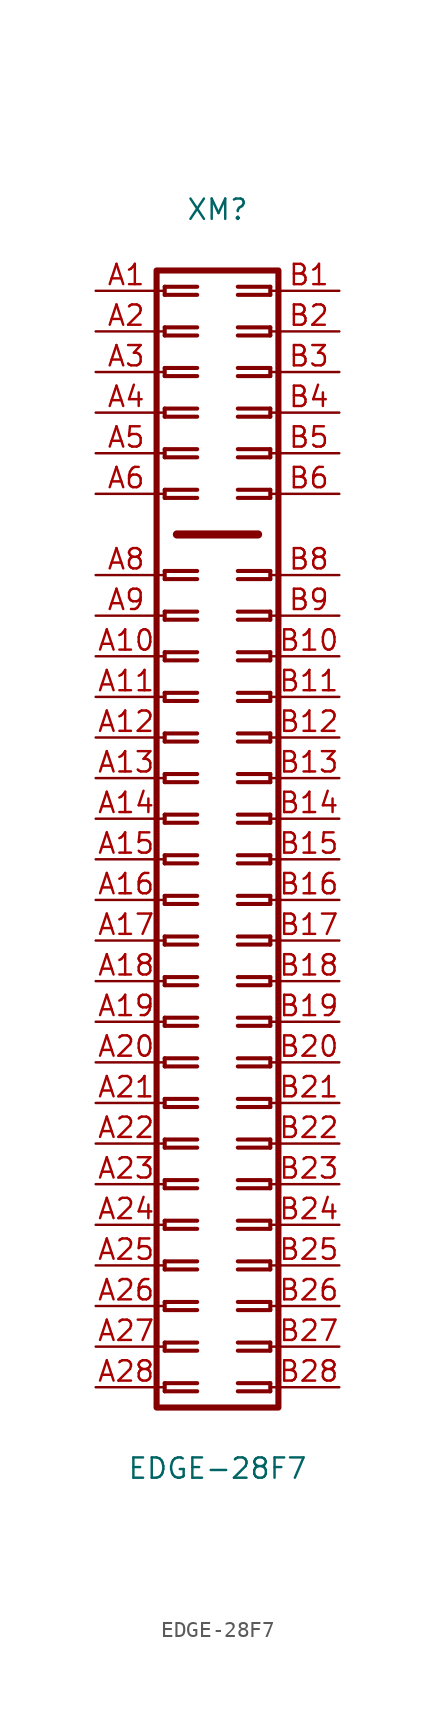
<source format=kicad_sym>
(kicad_symbol_lib
  (version 20231120)
  (generator "kicad_symbol_editor")
  (generator_version "8.0")
  (symbol "EDGE-28F7"
    (pin_names
      (offset 1.016))
    (property "Reference" "XM"
      (at 0 39.37 0)
      (effects (font (size 1.27 1.27))))
    (property "Value" "EDGE-28F7"
      (at 0 -39.37 0)
      (effects (font (size 1.27 1.27))))
    (symbol "EDGE-28F7_0_0"
      (polyline (pts (xy -2.54 19.05) (xy 2.54 19.05)) (stroke (width 0.508) (type default)) (fill (type none))))
    (symbol "EDGE-28F7_0_1"
      (rectangle (start -3.81 35.56) (end 3.81 -35.56) (stroke (width 0.381) (type default)) (fill (type none)))
      (polyline (pts (xy -3.81 -34.29) (xy -3.302 -34.29)) (stroke (width 0) (type default)) (fill (type none)))
      (polyline (pts (xy -3.81 -31.75) (xy -3.302 -31.75)) (stroke (width 0) (type default)) (fill (type none)))
      (polyline (pts (xy -3.81 -29.21) (xy -3.302 -29.21)) (stroke (width 0) (type default)) (fill (type none)))
      (polyline (pts (xy -3.81 -26.67) (xy -3.302 -26.67)) (stroke (width 0) (type default)) (fill (type none)))
      (polyline (pts (xy -3.81 -24.13) (xy -3.302 -24.13)) (stroke (width 0) (type default)) (fill (type none)))
      (polyline (pts (xy -3.81 -21.59) (xy -3.302 -21.59)) (stroke (width 0) (type default)) (fill (type none)))
      (polyline (pts (xy -3.81 -19.05) (xy -3.302 -19.05)) (stroke (width 0) (type default)) (fill (type none)))
      (polyline (pts (xy -3.81 -16.51) (xy -3.302 -16.51)) (stroke (width 0) (type default)) (fill (type none)))
      (polyline (pts (xy -3.81 -13.97) (xy -3.302 -13.97)) (stroke (width 0) (type default)) (fill (type none)))
      (polyline (pts (xy -3.81 -11.43) (xy -3.302 -11.43)) (stroke (width 0) (type default)) (fill (type none)))
      (polyline (pts (xy -3.81 -8.89) (xy -3.302 -8.89)) (stroke (width 0) (type default)) (fill (type none)))
      (polyline (pts (xy -3.81 -6.35) (xy -3.302 -6.35)) (stroke (width 0) (type default)) (fill (type none)))
      (polyline (pts (xy -3.81 -3.81) (xy -3.302 -3.81)) (stroke (width 0) (type default)) (fill (type none)))
      (polyline (pts (xy -3.81 -1.27) (xy -3.302 -1.27)) (stroke (width 0) (type default)) (fill (type none)))
      (polyline (pts (xy -3.81 1.27) (xy -3.302 1.27)) (stroke (width 0) (type default)) (fill (type none)))
      (polyline (pts (xy -3.81 3.81) (xy -3.302 3.81)) (stroke (width 0) (type default)) (fill (type none)))
      (polyline (pts (xy -3.81 6.35) (xy -3.302 6.35)) (stroke (width 0) (type default)) (fill (type none)))
      (polyline (pts (xy -3.81 8.89) (xy -3.302 8.89)) (stroke (width 0) (type default)) (fill (type none)))
      (polyline (pts (xy -3.81 11.43) (xy -3.302 11.43)) (stroke (width 0) (type default)) (fill (type none)))
      (polyline (pts (xy -3.81 13.97) (xy -3.302 13.97)) (stroke (width 0) (type default)) (fill (type none)))
      (polyline (pts (xy -3.81 16.51) (xy -3.302 16.51)) (stroke (width 0) (type default)) (fill (type none)))
      (polyline (pts (xy -3.81 21.59) (xy -3.302 21.59)) (stroke (width 0) (type default)) (fill (type none)))
      (polyline (pts (xy -3.81 24.13) (xy -3.302 24.13)) (stroke (width 0) (type default)) (fill (type none)))
      (polyline (pts (xy -3.81 26.67) (xy -3.302 26.67)) (stroke (width 0) (type default)) (fill (type none)))
      (polyline (pts (xy -3.81 29.21) (xy -3.302 29.21)) (stroke (width 0) (type default)) (fill (type none)))
      (polyline (pts (xy -3.81 31.75) (xy -3.302 31.75)) (stroke (width 0) (type default)) (fill (type none)))
      (polyline (pts (xy -3.81 34.29) (xy -3.302 34.29)) (stroke (width 0) (type default)) (fill (type none)))
      (polyline (pts (xy -3.302 -34.544) (xy -3.302 -34.036)) (stroke (width 0.254) (type default)) (fill (type none)))
      (polyline (pts (xy -3.302 -34.544) (xy -1.27 -34.544)) (stroke (width 0.254) (type default)) (fill (type none)))
      (polyline (pts (xy -3.302 -34.036) (xy -1.27 -34.036)) (stroke (width 0.254) (type default)) (fill (type none)))
      (polyline (pts (xy -3.302 -32.004) (xy -3.302 -31.496)) (stroke (width 0.254) (type default)) (fill (type none)))
      (polyline (pts (xy -3.302 -32.004) (xy -1.27 -32.004)) (stroke (width 0.254) (type default)) (fill (type none)))
      (polyline (pts (xy -3.302 -31.496) (xy -1.27 -31.496)) (stroke (width 0.254) (type default)) (fill (type none)))
      (polyline (pts (xy -3.302 -29.464) (xy -3.302 -28.956)) (stroke (width 0.254) (type default)) (fill (type none)))
      (polyline (pts (xy -3.302 -29.464) (xy -1.27 -29.464)) (stroke (width 0.254) (type default)) (fill (type none)))
      (polyline (pts (xy -3.302 -28.956) (xy -1.27 -28.956)) (stroke (width 0.254) (type default)) (fill (type none)))
      (polyline (pts (xy -3.302 -26.924) (xy -3.302 -26.416)) (stroke (width 0.254) (type default)) (fill (type none)))
      (polyline (pts (xy -3.302 -26.924) (xy -1.27 -26.924)) (stroke (width 0.254) (type default)) (fill (type none)))
      (polyline (pts (xy -3.302 -26.416) (xy -1.27 -26.416)) (stroke (width 0.254) (type default)) (fill (type none)))
      (polyline (pts (xy -3.302 -24.384) (xy -3.302 -23.876)) (stroke (width 0.254) (type default)) (fill (type none)))
      (polyline (pts (xy -3.302 -24.384) (xy -1.27 -24.384)) (stroke (width 0.254) (type default)) (fill (type none)))
      (polyline (pts (xy -3.302 -23.876) (xy -1.27 -23.876)) (stroke (width 0.254) (type default)) (fill (type none)))
      (polyline (pts (xy -3.302 -21.844) (xy -3.302 -21.336)) (stroke (width 0.254) (type default)) (fill (type none)))
      (polyline (pts (xy -3.302 -21.844) (xy -1.27 -21.844)) (stroke (width 0.254) (type default)) (fill (type none)))
      (polyline (pts (xy -3.302 -21.336) (xy -1.27 -21.336)) (stroke (width 0.254) (type default)) (fill (type none)))
      (polyline (pts (xy -3.302 -19.304) (xy -3.302 -18.796)) (stroke (width 0.254) (type default)) (fill (type none)))
      (polyline (pts (xy -3.302 -19.304) (xy -1.27 -19.304)) (stroke (width 0.254) (type default)) (fill (type none)))
      (polyline (pts (xy -3.302 -18.796) (xy -1.27 -18.796)) (stroke (width 0.254) (type default)) (fill (type none)))
      (polyline (pts (xy -3.302 -16.764) (xy -3.302 -16.256)) (stroke (width 0.254) (type default)) (fill (type none)))
      (polyline (pts (xy -3.302 -16.764) (xy -1.27 -16.764)) (stroke (width 0.254) (type default)) (fill (type none)))
      (polyline (pts (xy -3.302 -16.256) (xy -1.27 -16.256)) (stroke (width 0.254) (type default)) (fill (type none)))
      (polyline (pts (xy -3.302 -14.224) (xy -3.302 -13.716)) (stroke (width 0.254) (type default)) (fill (type none)))
      (polyline (pts (xy -3.302 -14.224) (xy -1.27 -14.224)) (stroke (width 0.254) (type default)) (fill (type none)))
      (polyline (pts (xy -3.302 -13.716) (xy -1.27 -13.716)) (stroke (width 0.254) (type default)) (fill (type none)))
      (polyline (pts (xy -3.302 -11.684) (xy -3.302 -11.176)) (stroke (width 0.254) (type default)) (fill (type none)))
      (polyline (pts (xy -3.302 -11.684) (xy -1.27 -11.684)) (stroke (width 0.254) (type default)) (fill (type none)))
      (polyline (pts (xy -3.302 -11.176) (xy -1.27 -11.176)) (stroke (width 0.254) (type default)) (fill (type none)))
      (polyline (pts (xy -3.302 -9.144) (xy -3.302 -8.636)) (stroke (width 0.254) (type default)) (fill (type none)))
      (polyline (pts (xy -3.302 -9.144) (xy -1.27 -9.144)) (stroke (width 0.254) (type default)) (fill (type none)))
      (polyline (pts (xy -3.302 -8.636) (xy -1.27 -8.636)) (stroke (width 0.254) (type default)) (fill (type none)))
      (polyline (pts (xy -3.302 -6.604) (xy -3.302 -6.096)) (stroke (width 0.254) (type default)) (fill (type none)))
      (polyline (pts (xy -3.302 -6.604) (xy -1.27 -6.604)) (stroke (width 0.254) (type default)) (fill (type none)))
      (polyline (pts (xy -3.302 -6.096) (xy -1.27 -6.096)) (stroke (width 0.254) (type default)) (fill (type none)))
      (polyline (pts (xy -3.302 -4.064) (xy -3.302 -3.556)) (stroke (width 0.254) (type default)) (fill (type none)))
      (polyline (pts (xy -3.302 -4.064) (xy -1.27 -4.064)) (stroke (width 0.254) (type default)) (fill (type none)))
      (polyline (pts (xy -3.302 -3.556) (xy -1.27 -3.556)) (stroke (width 0.254) (type default)) (fill (type none)))
      (polyline (pts (xy -3.302 -1.524) (xy -3.302 -1.016)) (stroke (width 0.254) (type default)) (fill (type none)))
      (polyline (pts (xy -3.302 -1.524) (xy -1.27 -1.524)) (stroke (width 0.254) (type default)) (fill (type none)))
      (polyline (pts (xy -3.302 -1.016) (xy -1.27 -1.016)) (stroke (width 0.254) (type default)) (fill (type none)))
      (polyline (pts (xy -3.302 1.016) (xy -3.302 1.524)) (stroke (width 0.254) (type default)) (fill (type none)))
      (polyline (pts (xy -3.302 1.016) (xy -1.27 1.016)) (stroke (width 0.254) (type default)) (fill (type none)))
      (polyline (pts (xy -3.302 1.524) (xy -1.27 1.524)) (stroke (width 0.254) (type default)) (fill (type none)))
      (polyline (pts (xy -3.302 3.556) (xy -3.302 4.064)) (stroke (width 0.254) (type default)) (fill (type none)))
      (polyline (pts (xy -3.302 3.556) (xy -1.27 3.556)) (stroke (width 0.254) (type default)) (fill (type none)))
      (polyline (pts (xy -3.302 4.064) (xy -1.27 4.064)) (stroke (width 0.254) (type default)) (fill (type none)))
      (polyline (pts (xy -3.302 6.096) (xy -3.302 6.604)) (stroke (width 0.254) (type default)) (fill (type none)))
      (polyline (pts (xy -3.302 6.096) (xy -1.27 6.096)) (stroke (width 0.254) (type default)) (fill (type none)))
      (polyline (pts (xy -3.302 6.604) (xy -1.27 6.604)) (stroke (width 0.254) (type default)) (fill (type none)))
      (polyline (pts (xy -3.302 8.636) (xy -3.302 9.144)) (stroke (width 0.254) (type default)) (fill (type none)))
      (polyline (pts (xy -3.302 8.636) (xy -1.27 8.636)) (stroke (width 0.254) (type default)) (fill (type none)))
      (polyline (pts (xy -3.302 9.144) (xy -1.27 9.144)) (stroke (width 0.254) (type default)) (fill (type none)))
      (polyline (pts (xy -3.302 11.176) (xy -3.302 11.684)) (stroke (width 0.254) (type default)) (fill (type none)))
      (polyline (pts (xy -3.302 11.176) (xy -1.27 11.176)) (stroke (width 0.254) (type default)) (fill (type none)))
      (polyline (pts (xy -3.302 11.684) (xy -1.27 11.684)) (stroke (width 0.254) (type default)) (fill (type none)))
      (polyline (pts (xy -3.302 13.716) (xy -3.302 14.224)) (stroke (width 0.254) (type default)) (fill (type none)))
      (polyline (pts (xy -3.302 13.716) (xy -1.27 13.716)) (stroke (width 0.254) (type default)) (fill (type none)))
      (polyline (pts (xy -3.302 14.224) (xy -1.27 14.224)) (stroke (width 0.254) (type default)) (fill (type none)))
      (polyline (pts (xy -3.302 16.256) (xy -3.302 16.764)) (stroke (width 0.254) (type default)) (fill (type none)))
      (polyline (pts (xy -3.302 16.256) (xy -1.27 16.256)) (stroke (width 0.254) (type default)) (fill (type none)))
      (polyline (pts (xy -3.302 16.764) (xy -1.27 16.764)) (stroke (width 0.254) (type default)) (fill (type none)))
      (polyline (pts (xy -3.302 21.336) (xy -3.302 21.844)) (stroke (width 0.254) (type default)) (fill (type none)))
      (polyline (pts (xy -3.302 21.336) (xy -1.27 21.336)) (stroke (width 0.254) (type default)) (fill (type none)))
      (polyline (pts (xy -3.302 21.844) (xy -1.27 21.844)) (stroke (width 0.254) (type default)) (fill (type none)))
      (polyline (pts (xy -3.302 23.876) (xy -3.302 24.384)) (stroke (width 0.254) (type default)) (fill (type none)))
      (polyline (pts (xy -3.302 23.876) (xy -1.27 23.876)) (stroke (width 0.254) (type default)) (fill (type none)))
      (polyline (pts (xy -3.302 24.384) (xy -1.27 24.384)) (stroke (width 0.254) (type default)) (fill (type none)))
      (polyline (pts (xy -3.302 26.416) (xy -3.302 26.924)) (stroke (width 0.254) (type default)) (fill (type none)))
      (polyline (pts (xy -3.302 26.416) (xy -1.27 26.416)) (stroke (width 0.254) (type default)) (fill (type none)))
      (polyline (pts (xy -3.302 26.924) (xy -1.27 26.924)) (stroke (width 0.254) (type default)) (fill (type none)))
      (polyline (pts (xy -3.302 28.956) (xy -3.302 29.464)) (stroke (width 0.254) (type default)) (fill (type none)))
      (polyline (pts (xy -3.302 28.956) (xy -1.27 28.956)) (stroke (width 0.254) (type default)) (fill (type none)))
      (polyline (pts (xy -3.302 29.464) (xy -1.27 29.464)) (stroke (width 0.254) (type default)) (fill (type none)))
      (polyline (pts (xy -3.302 31.496) (xy -3.302 32.004)) (stroke (width 0.254) (type default)) (fill (type none)))
      (polyline (pts (xy -3.302 31.496) (xy -1.27 31.496)) (stroke (width 0.254) (type default)) (fill (type none)))
      (polyline (pts (xy -3.302 32.004) (xy -1.27 32.004)) (stroke (width 0.254) (type default)) (fill (type none)))
      (polyline (pts (xy -3.302 34.036) (xy -3.302 34.544)) (stroke (width 0.254) (type default)) (fill (type none)))
      (polyline (pts (xy -3.302 34.036) (xy -1.27 34.036)) (stroke (width 0.254) (type default)) (fill (type none)))
      (polyline (pts (xy -3.302 34.544) (xy -1.27 34.544)) (stroke (width 0.254) (type default)) (fill (type none)))
      (polyline (pts (xy 3.302 -34.544) (xy 1.27 -34.544)) (stroke (width 0.254) (type default)) (fill (type none)))
      (polyline (pts (xy 3.302 -34.544) (xy 3.302 -34.036)) (stroke (width 0.254) (type default)) (fill (type none)))
      (polyline (pts (xy 3.302 -34.036) (xy 1.27 -34.036)) (stroke (width 0.254) (type default)) (fill (type none)))
      (polyline (pts (xy 3.302 -32.004) (xy 1.27 -32.004)) (stroke (width 0.254) (type default)) (fill (type none)))
      (polyline (pts (xy 3.302 -32.004) (xy 3.302 -31.496)) (stroke (width 0.254) (type default)) (fill (type none)))
      (polyline (pts (xy 3.302 -31.496) (xy 1.27 -31.496)) (stroke (width 0.254) (type default)) (fill (type none)))
      (polyline (pts (xy 3.302 -29.464) (xy 1.27 -29.464)) (stroke (width 0.254) (type default)) (fill (type none)))
      (polyline (pts (xy 3.302 -29.464) (xy 3.302 -28.956)) (stroke (width 0.254) (type default)) (fill (type none)))
      (polyline (pts (xy 3.302 -28.956) (xy 1.27 -28.956)) (stroke (width 0.254) (type default)) (fill (type none)))
      (polyline (pts (xy 3.302 -26.924) (xy 1.27 -26.924)) (stroke (width 0.254) (type default)) (fill (type none)))
      (polyline (pts (xy 3.302 -26.924) (xy 3.302 -26.416)) (stroke (width 0.254) (type default)) (fill (type none)))
      (polyline (pts (xy 3.302 -26.416) (xy 1.27 -26.416)) (stroke (width 0.254) (type default)) (fill (type none)))
      (polyline (pts (xy 3.302 -24.384) (xy 1.27 -24.384)) (stroke (width 0.254) (type default)) (fill (type none)))
      (polyline (pts (xy 3.302 -24.384) (xy 3.302 -23.876)) (stroke (width 0.254) (type default)) (fill (type none)))
      (polyline (pts (xy 3.302 -23.876) (xy 1.27 -23.876)) (stroke (width 0.254) (type default)) (fill (type none)))
      (polyline (pts (xy 3.302 -21.844) (xy 1.27 -21.844)) (stroke (width 0.254) (type default)) (fill (type none)))
      (polyline (pts (xy 3.302 -21.844) (xy 3.302 -21.336)) (stroke (width 0.254) (type default)) (fill (type none)))
      (polyline (pts (xy 3.302 -21.336) (xy 1.27 -21.336)) (stroke (width 0.254) (type default)) (fill (type none)))
      (polyline (pts (xy 3.302 -19.304) (xy 1.27 -19.304)) (stroke (width 0.254) (type default)) (fill (type none)))
      (polyline (pts (xy 3.302 -19.304) (xy 3.302 -18.796)) (stroke (width 0.254) (type default)) (fill (type none)))
      (polyline (pts (xy 3.302 -18.796) (xy 1.27 -18.796)) (stroke (width 0.254) (type default)) (fill (type none)))
      (polyline (pts (xy 3.302 -16.764) (xy 1.27 -16.764)) (stroke (width 0.254) (type default)) (fill (type none)))
      (polyline (pts (xy 3.302 -16.764) (xy 3.302 -16.256)) (stroke (width 0.254) (type default)) (fill (type none)))
      (polyline (pts (xy 3.302 -16.256) (xy 1.27 -16.256)) (stroke (width 0.254) (type default)) (fill (type none)))
      (polyline (pts (xy 3.302 -14.224) (xy 1.27 -14.224)) (stroke (width 0.254) (type default)) (fill (type none)))
      (polyline (pts (xy 3.302 -14.224) (xy 3.302 -13.716)) (stroke (width 0.254) (type default)) (fill (type none)))
      (polyline (pts (xy 3.302 -13.716) (xy 1.27 -13.716)) (stroke (width 0.254) (type default)) (fill (type none)))
      (polyline (pts (xy 3.302 -11.684) (xy 1.27 -11.684)) (stroke (width 0.254) (type default)) (fill (type none)))
      (polyline (pts (xy 3.302 -11.684) (xy 3.302 -11.176)) (stroke (width 0.254) (type default)) (fill (type none)))
      (polyline (pts (xy 3.302 -11.176) (xy 1.27 -11.176)) (stroke (width 0.254) (type default)) (fill (type none)))
      (polyline (pts (xy 3.302 -9.144) (xy 1.27 -9.144)) (stroke (width 0.254) (type default)) (fill (type none)))
      (polyline (pts (xy 3.302 -9.144) (xy 3.302 -8.636)) (stroke (width 0.254) (type default)) (fill (type none)))
      (polyline (pts (xy 3.302 -8.636) (xy 1.27 -8.636)) (stroke (width 0.254) (type default)) (fill (type none)))
      (polyline (pts (xy 3.302 -6.604) (xy 1.27 -6.604)) (stroke (width 0.254) (type default)) (fill (type none)))
      (polyline (pts (xy 3.302 -6.604) (xy 3.302 -6.096)) (stroke (width 0.254) (type default)) (fill (type none)))
      (polyline (pts (xy 3.302 -6.096) (xy 1.27 -6.096)) (stroke (width 0.254) (type default)) (fill (type none)))
      (polyline (pts (xy 3.302 -4.064) (xy 1.27 -4.064)) (stroke (width 0.254) (type default)) (fill (type none)))
      (polyline (pts (xy 3.302 -4.064) (xy 3.302 -3.556)) (stroke (width 0.254) (type default)) (fill (type none)))
      (polyline (pts (xy 3.302 -3.556) (xy 1.27 -3.556)) (stroke (width 0.254) (type default)) (fill (type none)))
      (polyline (pts (xy 3.302 -1.524) (xy 1.27 -1.524)) (stroke (width 0.254) (type default)) (fill (type none)))
      (polyline (pts (xy 3.302 -1.524) (xy 3.302 -1.016)) (stroke (width 0.254) (type default)) (fill (type none)))
      (polyline (pts (xy 3.302 -1.016) (xy 1.27 -1.016)) (stroke (width 0.254) (type default)) (fill (type none)))
      (polyline (pts (xy 3.302 1.016) (xy 1.27 1.016)) (stroke (width 0.254) (type default)) (fill (type none)))
      (polyline (pts (xy 3.302 1.016) (xy 3.302 1.524)) (stroke (width 0.254) (type default)) (fill (type none)))
      (polyline (pts (xy 3.302 1.524) (xy 1.27 1.524)) (stroke (width 0.254) (type default)) (fill (type none)))
      (polyline (pts (xy 3.302 3.556) (xy 1.27 3.556)) (stroke (width 0.254) (type default)) (fill (type none)))
      (polyline (pts (xy 3.302 3.556) (xy 3.302 4.064)) (stroke (width 0.254) (type default)) (fill (type none)))
      (polyline (pts (xy 3.302 4.064) (xy 1.27 4.064)) (stroke (width 0.254) (type default)) (fill (type none)))
      (polyline (pts (xy 3.302 6.096) (xy 1.27 6.096)) (stroke (width 0.254) (type default)) (fill (type none)))
      (polyline (pts (xy 3.302 6.096) (xy 3.302 6.604)) (stroke (width 0.254) (type default)) (fill (type none)))
      (polyline (pts (xy 3.302 6.604) (xy 1.27 6.604)) (stroke (width 0.254) (type default)) (fill (type none)))
      (polyline (pts (xy 3.302 8.636) (xy 1.27 8.636)) (stroke (width 0.254) (type default)) (fill (type none)))
      (polyline (pts (xy 3.302 8.636) (xy 3.302 9.144)) (stroke (width 0.254) (type default)) (fill (type none)))
      (polyline (pts (xy 3.302 9.144) (xy 1.27 9.144)) (stroke (width 0.254) (type default)) (fill (type none)))
      (polyline (pts (xy 3.302 11.176) (xy 1.27 11.176)) (stroke (width 0.254) (type default)) (fill (type none)))
      (polyline (pts (xy 3.302 11.176) (xy 3.302 11.684)) (stroke (width 0.254) (type default)) (fill (type none)))
      (polyline (pts (xy 3.302 11.684) (xy 1.27 11.684)) (stroke (width 0.254) (type default)) (fill (type none)))
      (polyline (pts (xy 3.302 13.716) (xy 1.27 13.716)) (stroke (width 0.254) (type default)) (fill (type none)))
      (polyline (pts (xy 3.302 13.716) (xy 3.302 14.224)) (stroke (width 0.254) (type default)) (fill (type none)))
      (polyline (pts (xy 3.302 14.224) (xy 1.27 14.224)) (stroke (width 0.254) (type default)) (fill (type none)))
      (polyline (pts (xy 3.302 16.256) (xy 1.27 16.256)) (stroke (width 0.254) (type default)) (fill (type none)))
      (polyline (pts (xy 3.302 16.256) (xy 3.302 16.764)) (stroke (width 0.254) (type default)) (fill (type none)))
      (polyline (pts (xy 3.302 16.764) (xy 1.27 16.764)) (stroke (width 0.254) (type default)) (fill (type none)))
      (polyline (pts (xy 3.302 21.336) (xy 1.27 21.336)) (stroke (width 0.254) (type default)) (fill (type none)))
      (polyline (pts (xy 3.302 21.336) (xy 3.302 21.844)) (stroke (width 0.254) (type default)) (fill (type none)))
      (polyline (pts (xy 3.302 21.844) (xy 1.27 21.844)) (stroke (width 0.254) (type default)) (fill (type none)))
      (polyline (pts (xy 3.302 23.876) (xy 1.27 23.876)) (stroke (width 0.254) (type default)) (fill (type none)))
      (polyline (pts (xy 3.302 23.876) (xy 3.302 24.384)) (stroke (width 0.254) (type default)) (fill (type none)))
      (polyline (pts (xy 3.302 24.384) (xy 1.27 24.384)) (stroke (width 0.254) (type default)) (fill (type none)))
      (polyline (pts (xy 3.302 26.416) (xy 1.27 26.416)) (stroke (width 0.254) (type default)) (fill (type none)))
      (polyline (pts (xy 3.302 26.416) (xy 3.302 26.924)) (stroke (width 0.254) (type default)) (fill (type none)))
      (polyline (pts (xy 3.302 26.924) (xy 1.27 26.924)) (stroke (width 0.254) (type default)) (fill (type none)))
      (polyline (pts (xy 3.302 28.956) (xy 1.27 28.956)) (stroke (width 0.254) (type default)) (fill (type none)))
      (polyline (pts (xy 3.302 28.956) (xy 3.302 29.464)) (stroke (width 0.254) (type default)) (fill (type none)))
      (polyline (pts (xy 3.302 29.464) (xy 1.27 29.464)) (stroke (width 0.254) (type default)) (fill (type none)))
      (polyline (pts (xy 3.302 31.496) (xy 1.27 31.496)) (stroke (width 0.254) (type default)) (fill (type none)))
      (polyline (pts (xy 3.302 31.496) (xy 3.302 32.004)) (stroke (width 0.254) (type default)) (fill (type none)))
      (polyline (pts (xy 3.302 32.004) (xy 1.27 32.004)) (stroke (width 0.254) (type default)) (fill (type none)))
      (polyline (pts (xy 3.302 34.036) (xy 1.27 34.036)) (stroke (width 0.254) (type default)) (fill (type none)))
      (polyline (pts (xy 3.302 34.036) (xy 3.302 34.544)) (stroke (width 0.254) (type default)) (fill (type none)))
      (polyline (pts (xy 3.302 34.544) (xy 1.27 34.544)) (stroke (width 0.254) (type default)) (fill (type none)))
      (polyline (pts (xy 3.81 -34.29) (xy 3.302 -34.29)) (stroke (width 0) (type default)) (fill (type none)))
      (polyline (pts (xy 3.81 -31.75) (xy 3.302 -31.75)) (stroke (width 0) (type default)) (fill (type none)))
      (polyline (pts (xy 3.81 -29.21) (xy 3.302 -29.21)) (stroke (width 0) (type default)) (fill (type none)))
      (polyline (pts (xy 3.81 -26.67) (xy 3.302 -26.67)) (stroke (width 0) (type default)) (fill (type none)))
      (polyline (pts (xy 3.81 -24.13) (xy 3.302 -24.13)) (stroke (width 0) (type default)) (fill (type none)))
      (polyline (pts (xy 3.81 -21.59) (xy 3.302 -21.59)) (stroke (width 0) (type default)) (fill (type none)))
      (polyline (pts (xy 3.81 -19.05) (xy 3.302 -19.05)) (stroke (width 0) (type default)) (fill (type none)))
      (polyline (pts (xy 3.81 -16.51) (xy 3.302 -16.51)) (stroke (width 0) (type default)) (fill (type none)))
      (polyline (pts (xy 3.81 -13.97) (xy 3.302 -13.97)) (stroke (width 0) (type default)) (fill (type none)))
      (polyline (pts (xy 3.81 -11.43) (xy 3.302 -11.43)) (stroke (width 0) (type default)) (fill (type none)))
      (polyline (pts (xy 3.81 -8.89) (xy 3.302 -8.89)) (stroke (width 0) (type default)) (fill (type none)))
      (polyline (pts (xy 3.81 -6.35) (xy 3.302 -6.35)) (stroke (width 0) (type default)) (fill (type none)))
      (polyline (pts (xy 3.81 -3.81) (xy 3.302 -3.81)) (stroke (width 0) (type default)) (fill (type none)))
      (polyline (pts (xy 3.81 -1.27) (xy 3.302 -1.27)) (stroke (width 0) (type default)) (fill (type none)))
      (polyline (pts (xy 3.81 1.27) (xy 3.302 1.27)) (stroke (width 0) (type default)) (fill (type none)))
      (polyline (pts (xy 3.81 3.81) (xy 3.302 3.81)) (stroke (width 0) (type default)) (fill (type none)))
      (polyline (pts (xy 3.81 6.35) (xy 3.302 6.35)) (stroke (width 0) (type default)) (fill (type none)))
      (polyline (pts (xy 3.81 8.89) (xy 3.302 8.89)) (stroke (width 0) (type default)) (fill (type none)))
      (polyline (pts (xy 3.81 11.43) (xy 3.302 11.43)) (stroke (width 0) (type default)) (fill (type none)))
      (polyline (pts (xy 3.81 13.97) (xy 3.302 13.97)) (stroke (width 0) (type default)) (fill (type none)))
      (polyline (pts (xy 3.81 16.51) (xy 3.302 16.51)) (stroke (width 0) (type default)) (fill (type none)))
      (polyline (pts (xy 3.81 21.59) (xy 3.302 21.59)) (stroke (width 0) (type default)) (fill (type none)))
      (polyline (pts (xy 3.81 24.13) (xy 3.302 24.13)) (stroke (width 0) (type default)) (fill (type none)))
      (polyline (pts (xy 3.81 26.67) (xy 3.302 26.67)) (stroke (width 0) (type default)) (fill (type none)))
      (polyline (pts (xy 3.81 29.21) (xy 3.302 29.21)) (stroke (width 0) (type default)) (fill (type none)))
      (polyline (pts (xy 3.81 31.75) (xy 3.302 31.75)) (stroke (width 0) (type default)) (fill (type none)))
      (polyline (pts (xy 3.81 34.29) (xy 3.302 34.29)) (stroke (width 0) (type default)) (fill (type none))))
    (symbol "EDGE-28F7_1_1"
      (pin passive line (at -7.62 34.29 0) (length 3.81) (name "~" (effects (font (size 1.27 1.27)))) (number "A1" (effects (font (size 1.27 1.27)))))
      (pin passive line (at -7.62 11.43 0) (length 3.81) (name "~" (effects (font (size 1.27 1.27)))) (number "A10" (effects (font (size 1.27 1.27)))))
      (pin passive line (at -7.62 8.89 0) (length 3.81) (name "~" (effects (font (size 1.27 1.27)))) (number "A11" (effects (font (size 1.27 1.27)))))
      (pin passive line (at -7.62 6.35 0) (length 3.81) (name "~" (effects (font (size 1.27 1.27)))) (number "A12" (effects (font (size 1.27 1.27)))))
      (pin passive line (at -7.62 3.81 0) (length 3.81) (name "~" (effects (font (size 1.27 1.27)))) (number "A13" (effects (font (size 1.27 1.27)))))
      (pin passive line (at -7.62 1.27 0) (length 3.81) (name "~" (effects (font (size 1.27 1.27)))) (number "A14" (effects (font (size 1.27 1.27)))))
      (pin passive line (at -7.62 -1.27 0) (length 3.81) (name "~" (effects (font (size 1.27 1.27)))) (number "A15" (effects (font (size 1.27 1.27)))))
      (pin passive line (at -7.62 -3.81 0) (length 3.81) (name "~" (effects (font (size 1.27 1.27)))) (number "A16" (effects (font (size 1.27 1.27)))))
      (pin passive line (at -7.62 -6.35 0) (length 3.81) (name "~" (effects (font (size 1.27 1.27)))) (number "A17" (effects (font (size 1.27 1.27)))))
      (pin passive line (at -7.62 -8.89 0) (length 3.81) (name "~" (effects (font (size 1.27 1.27)))) (number "A18" (effects (font (size 1.27 1.27)))))
      (pin passive line (at -7.62 -11.43 0) (length 3.81) (name "~" (effects (font (size 1.27 1.27)))) (number "A19" (effects (font (size 1.27 1.27)))))
      (pin passive line (at -7.62 31.75 0) (length 3.81) (name "~" (effects (font (size 1.27 1.27)))) (number "A2" (effects (font (size 1.27 1.27)))))
      (pin passive line (at -7.62 -13.97 0) (length 3.81) (name "~" (effects (font (size 1.27 1.27)))) (number "A20" (effects (font (size 1.27 1.27)))))
      (pin passive line (at -7.62 -16.51 0) (length 3.81) (name "~" (effects (font (size 1.27 1.27)))) (number "A21" (effects (font (size 1.27 1.27)))))
      (pin passive line (at -7.62 -19.05 0) (length 3.81) (name "~" (effects (font (size 1.27 1.27)))) (number "A22" (effects (font (size 1.27 1.27)))))
      (pin passive line (at -7.62 -21.59 0) (length 3.81) (name "~" (effects (font (size 1.27 1.27)))) (number "A23" (effects (font (size 1.27 1.27)))))
      (pin passive line (at -7.62 -24.13 0) (length 3.81) (name "~" (effects (font (size 1.27 1.27)))) (number "A24" (effects (font (size 1.27 1.27)))))
      (pin passive line (at -7.62 -26.67 0) (length 3.81) (name "~" (effects (font (size 1.27 1.27)))) (number "A25" (effects (font (size 1.27 1.27)))))
      (pin passive line (at -7.62 -29.21 0) (length 3.81) (name "~" (effects (font (size 1.27 1.27)))) (number "A26" (effects (font (size 1.27 1.27)))))
      (pin passive line (at -7.62 -31.75 0) (length 3.81) (name "~" (effects (font (size 1.27 1.27)))) (number "A27" (effects (font (size 1.27 1.27)))))
      (pin passive line (at -7.62 -34.29 0) (length 3.81) (name "~" (effects (font (size 1.27 1.27)))) (number "A28" (effects (font (size 1.27 1.27)))))
      (pin passive line (at -7.62 29.21 0) (length 3.81) (name "~" (effects (font (size 1.27 1.27)))) (number "A3" (effects (font (size 1.27 1.27)))))
      (pin passive line (at -7.62 26.67 0) (length 3.81) (name "~" (effects (font (size 1.27 1.27)))) (number "A4" (effects (font (size 1.27 1.27)))))
      (pin passive line (at -7.62 24.13 0) (length 3.81) (name "~" (effects (font (size 1.27 1.27)))) (number "A5" (effects (font (size 1.27 1.27)))))
      (pin passive line (at -7.62 21.59 0) (length 3.81) (name "~" (effects (font (size 1.27 1.27)))) (number "A6" (effects (font (size 1.27 1.27)))))
      (pin passive line (at -7.62 16.51 0) (length 3.81) (name "~" (effects (font (size 1.27 1.27)))) (number "A8" (effects (font (size 1.27 1.27)))))
      (pin passive line (at -7.62 13.97 0) (length 3.81) (name "~" (effects (font (size 1.27 1.27)))) (number "A9" (effects (font (size 1.27 1.27)))))
      (pin passive line (at 7.62 34.29 180) (length 3.81) (name "~" (effects (font (size 1.27 1.27)))) (number "B1" (effects (font (size 1.27 1.27)))))
      (pin passive line (at 7.62 11.43 180) (length 3.81) (name "~" (effects (font (size 1.27 1.27)))) (number "B10" (effects (font (size 1.27 1.27)))))
      (pin passive line (at 7.62 8.89 180) (length 3.81) (name "~" (effects (font (size 1.27 1.27)))) (number "B11" (effects (font (size 1.27 1.27)))))
      (pin passive line (at 7.62 6.35 180) (length 3.81) (name "~" (effects (font (size 1.27 1.27)))) (number "B12" (effects (font (size 1.27 1.27)))))
      (pin passive line (at 7.62 3.81 180) (length 3.81) (name "~" (effects (font (size 1.27 1.27)))) (number "B13" (effects (font (size 1.27 1.27)))))
      (pin passive line (at 7.62 1.27 180) (length 3.81) (name "~" (effects (font (size 1.27 1.27)))) (number "B14" (effects (font (size 1.27 1.27)))))
      (pin passive line (at 7.62 -1.27 180) (length 3.81) (name "~" (effects (font (size 1.27 1.27)))) (number "B15" (effects (font (size 1.27 1.27)))))
      (pin passive line (at 7.62 -3.81 180) (length 3.81) (name "~" (effects (font (size 1.27 1.27)))) (number "B16" (effects (font (size 1.27 1.27)))))
      (pin passive line (at 7.62 -6.35 180) (length 3.81) (name "~" (effects (font (size 1.27 1.27)))) (number "B17" (effects (font (size 1.27 1.27)))))
      (pin passive line (at 7.62 -8.89 180) (length 3.81) (name "~" (effects (font (size 1.27 1.27)))) (number "B18" (effects (font (size 1.27 1.27)))))
      (pin passive line (at 7.62 -11.43 180) (length 3.81) (name "~" (effects (font (size 1.27 1.27)))) (number "B19" (effects (font (size 1.27 1.27)))))
      (pin passive line (at 7.62 31.75 180) (length 3.81) (name "~" (effects (font (size 1.27 1.27)))) (number "B2" (effects (font (size 1.27 1.27)))))
      (pin passive line (at 7.62 -13.97 180) (length 3.81) (name "~" (effects (font (size 1.27 1.27)))) (number "B20" (effects (font (size 1.27 1.27)))))
      (pin passive line (at 7.62 -16.51 180) (length 3.81) (name "~" (effects (font (size 1.27 1.27)))) (number "B21" (effects (font (size 1.27 1.27)))))
      (pin passive line (at 7.62 -19.05 180) (length 3.81) (name "~" (effects (font (size 1.27 1.27)))) (number "B22" (effects (font (size 1.27 1.27)))))
      (pin passive line (at 7.62 -21.59 180) (length 3.81) (name "~" (effects (font (size 1.27 1.27)))) (number "B23" (effects (font (size 1.27 1.27)))))
      (pin passive line (at 7.62 -24.13 180) (length 3.81) (name "~" (effects (font (size 1.27 1.27)))) (number "B24" (effects (font (size 1.27 1.27)))))
      (pin passive line (at 7.62 -26.67 180) (length 3.81) (name "~" (effects (font (size 1.27 1.27)))) (number "B25" (effects (font (size 1.27 1.27)))))
      (pin passive line (at 7.62 -29.21 180) (length 3.81) (name "~" (effects (font (size 1.27 1.27)))) (number "B26" (effects (font (size 1.27 1.27)))))
      (pin passive line (at 7.62 -31.75 180) (length 3.81) (name "~" (effects (font (size 1.27 1.27)))) (number "B27" (effects (font (size 1.27 1.27)))))
      (pin passive line (at 7.62 -34.29 180) (length 3.81) (name "~" (effects (font (size 1.27 1.27)))) (number "B28" (effects (font (size 1.27 1.27)))))
      (pin passive line (at 7.62 29.21 180) (length 3.81) (name "~" (effects (font (size 1.27 1.27)))) (number "B3" (effects (font (size 1.27 1.27)))))
      (pin passive line (at 7.62 26.67 180) (length 3.81) (name "~" (effects (font (size 1.27 1.27)))) (number "B4" (effects (font (size 1.27 1.27)))))
      (pin passive line (at 7.62 24.13 180) (length 3.81) (name "~" (effects (font (size 1.27 1.27)))) (number "B5" (effects (font (size 1.27 1.27)))))
      (pin passive line (at 7.62 21.59 180) (length 3.81) (name "~" (effects (font (size 1.27 1.27)))) (number "B6" (effects (font (size 1.27 1.27)))))
      (pin passive line (at 7.62 16.51 180) (length 3.81) (name "~" (effects (font (size 1.27 1.27)))) (number "B8" (effects (font (size 1.27 1.27)))))
      (pin passive line (at 7.62 13.97 180) (length 3.81) (name "~" (effects (font (size 1.27 1.27)))) (number "B9" (effects (font (size 1.27 1.27))))))))
</source>
